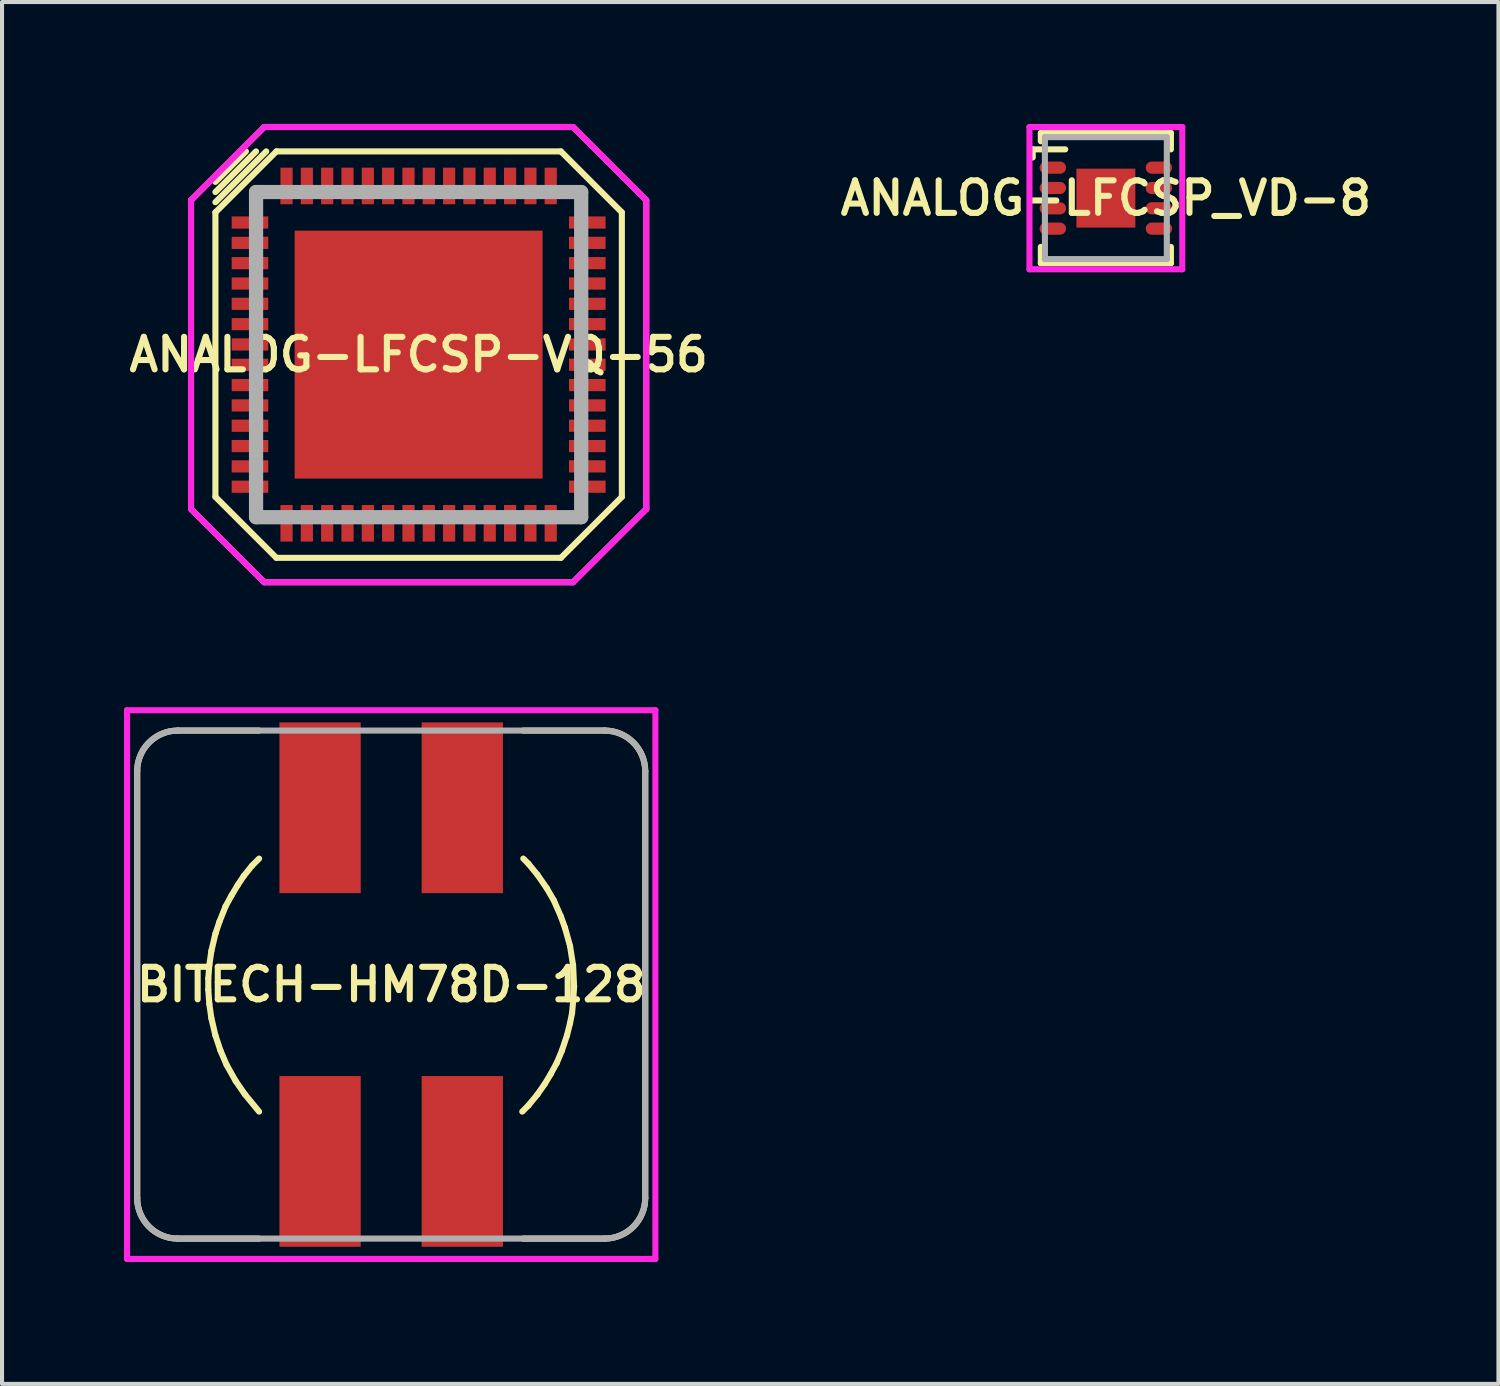
<source format=kicad_pcb>
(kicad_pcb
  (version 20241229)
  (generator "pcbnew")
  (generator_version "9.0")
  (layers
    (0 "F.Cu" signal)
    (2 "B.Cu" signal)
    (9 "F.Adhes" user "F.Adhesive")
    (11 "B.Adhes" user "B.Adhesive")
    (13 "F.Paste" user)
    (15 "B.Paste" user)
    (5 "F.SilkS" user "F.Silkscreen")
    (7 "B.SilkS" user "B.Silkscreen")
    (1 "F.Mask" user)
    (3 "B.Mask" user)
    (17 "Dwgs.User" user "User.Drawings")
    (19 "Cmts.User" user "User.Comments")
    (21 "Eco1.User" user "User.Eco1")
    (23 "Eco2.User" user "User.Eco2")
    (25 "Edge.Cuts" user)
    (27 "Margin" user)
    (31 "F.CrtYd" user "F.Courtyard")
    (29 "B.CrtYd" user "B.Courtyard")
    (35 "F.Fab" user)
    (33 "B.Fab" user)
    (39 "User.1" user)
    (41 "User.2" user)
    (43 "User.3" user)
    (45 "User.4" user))
  (footprint "BITECH-HM78D-128"
    (layer "F.Cu")
    (at 6.575 21.175)
    (property "Reference" "BITECH-HM78D-128" (at 0 0 0) (layer "F.SilkS") (effects (font (size 0.8 0.8) (thickness 0.15))))
    (attr through_hole)
    (fp_line (start -6.25 -5.25) (end -6.25 5.25) (stroke (width 0.15) (type solid)) (layer "F.SilkS"))
    (fp_line (start -5.25 6.25) (end -3.25 6.25) (stroke (width 0.15) (type solid)) (layer "F.SilkS"))
    (fp_line (start -4.5 -0.15) (end -4.5 0.125) (stroke (width 0.15) (type solid)) (layer "F.SilkS"))
    (fp_line (start -4.5 0.125) (end -4.475 0.475) (stroke (width 0.15) (type solid)) (layer "F.SilkS"))
    (fp_line (start -4.475 -0.475) (end -4.5 -0.15) (stroke (width 0.15) (type solid)) (layer "F.SilkS"))
    (fp_line (start -4.475 0.475) (end -4.425 0.825) (stroke (width 0.15) (type solid)) (layer "F.SilkS"))
    (fp_line (start -4.425 -0.825) (end -4.475 -0.475) (stroke (width 0.15) (type solid)) (layer "F.SilkS"))
    (fp_line (start -4.425 0.825) (end -4.325 1.25) (stroke (width 0.15) (type solid)) (layer "F.SilkS"))
    (fp_line (start -4.325 -1.25) (end -4.425 -0.825) (stroke (width 0.15) (type solid)) (layer "F.SilkS"))
    (fp_line (start -4.325 1.25) (end -4.2 1.625) (stroke (width 0.15) (type solid)) (layer "F.SilkS"))
    (fp_line (start -4.225 -1.55) (end -4.325 -1.25) (stroke (width 0.15) (type solid)) (layer "F.SilkS"))
    (fp_line (start -4.2 1.625) (end -4.05 1.975) (stroke (width 0.15) (type solid)) (layer "F.SilkS"))
    (fp_line (start -4.075 -1.925) (end -4.225 -1.55) (stroke (width 0.15) (type solid)) (layer "F.SilkS"))
    (fp_line (start -4.05 1.975) (end -3.825 2.375) (stroke (width 0.15) (type solid)) (layer "F.SilkS"))
    (fp_line (start -3.925 -2.2) (end -4.075 -1.925) (stroke (width 0.15) (type solid)) (layer "F.SilkS"))
    (fp_line (start -3.825 2.375) (end -3.6 2.7) (stroke (width 0.15) (type solid)) (layer "F.SilkS"))
    (fp_line (start -3.775 -2.45) (end -3.925 -2.2) (stroke (width 0.15) (type solid)) (layer "F.SilkS"))
    (fp_line (start -3.625 -2.675) (end -3.775 -2.45) (stroke (width 0.15) (type solid)) (layer "F.SilkS"))
    (fp_line (start -3.6 2.7) (end -3.25 3.125) (stroke (width 0.15) (type solid)) (layer "F.SilkS"))
    (fp_line (start -3.425 -2.925) (end -3.625 -2.675) (stroke (width 0.15) (type solid)) (layer "F.SilkS"))
    (fp_line (start -3.25 -6.25) (end -5.25 -6.25) (stroke (width 0.15) (type solid)) (layer "F.SilkS"))
    (fp_line (start -3.25 -3.1) (end -3.425 -2.925) (stroke (width 0.15) (type solid)) (layer "F.SilkS"))
    (fp_line (start 3.225 3.125) (end 3.375 2.975) (stroke (width 0.15) (type solid)) (layer "F.SilkS"))
    (fp_line (start 3.25 6.25) (end 5.25 6.25) (stroke (width 0.15) (type solid)) (layer "F.SilkS"))
    (fp_line (start 3.375 -2.975) (end 3.25 -3.1) (stroke (width 0.15) (type solid)) (layer "F.SilkS"))
    (fp_line (start 3.375 2.975) (end 3.6 2.7) (stroke (width 0.15) (type solid)) (layer "F.SilkS"))
    (fp_line (start 3.6 -2.7) (end 3.375 -2.975) (stroke (width 0.15) (type solid)) (layer "F.SilkS"))
    (fp_line (start 3.6 2.7) (end 3.775 2.45) (stroke (width 0.15) (type solid)) (layer "F.SilkS"))
    (fp_line (start 3.775 2.45) (end 3.925 2.2) (stroke (width 0.15) (type solid)) (layer "F.SilkS"))
    (fp_line (start 3.825 -2.375) (end 3.6 -2.7) (stroke (width 0.15) (type solid)) (layer "F.SilkS"))
    (fp_line (start 3.925 2.2) (end 4.075 1.925) (stroke (width 0.15) (type solid)) (layer "F.SilkS"))
    (fp_line (start 4 -2.075) (end 3.825 -2.375) (stroke (width 0.15) (type solid)) (layer "F.SilkS"))
    (fp_line (start 4.075 1.925) (end 4.2 1.625) (stroke (width 0.15) (type solid)) (layer "F.SilkS"))
    (fp_line (start 4.175 -1.675) (end 4 -2.075) (stroke (width 0.15) (type solid)) (layer "F.SilkS"))
    (fp_line (start 4.2 1.625) (end 4.325 1.25) (stroke (width 0.15) (type solid)) (layer "F.SilkS"))
    (fp_line (start 4.275 -1.4) (end 4.175 -1.675) (stroke (width 0.15) (type solid)) (layer "F.SilkS"))
    (fp_line (start 4.325 1.25) (end 4.4 0.95) (stroke (width 0.15) (type solid)) (layer "F.SilkS"))
    (fp_line (start 4.4 -0.95) (end 4.275 -1.4) (stroke (width 0.15) (type solid)) (layer "F.SilkS"))
    (fp_line (start 4.4 0.95) (end 4.45 0.7) (stroke (width 0.15) (type solid)) (layer "F.SilkS"))
    (fp_line (start 4.45 0.7) (end 4.475 0.425) (stroke (width 0.15) (type solid)) (layer "F.SilkS"))
    (fp_line (start 4.475 -0.475) (end 4.4 -0.95) (stroke (width 0.15) (type solid)) (layer "F.SilkS"))
    (fp_line (start 4.475 0.425) (end 4.5 0.05) (stroke (width 0.15) (type solid)) (layer "F.SilkS"))
    (fp_line (start 4.5 0.05) (end 4.475 -0.475) (stroke (width 0.15) (type solid)) (layer "F.SilkS"))
    (fp_line (start 5.25 -6.25) (end 3.25 -6.25) (stroke (width 0.15) (type solid)) (layer "F.SilkS"))
    (fp_line (start 6.25 5.25) (end 6.25 -5.25) (stroke (width 0.15) (type solid)) (layer "F.SilkS"))
    (fp_arc (start -6.25 -5.25) (mid -5.957107 -5.957107) (end -5.25 -6.25) (stroke (width 0.15) (type solid)) (layer "F.SilkS"))
    (fp_arc (start -5.25 6.25) (mid -5.957107 5.957107) (end -6.25 5.25) (stroke (width 0.15) (type solid)) (layer "F.SilkS"))
    (fp_arc (start 5.25 -6.25) (mid 5.957107 -5.957107) (end 6.25 -5.25) (stroke (width 0.15) (type solid)) (layer "F.SilkS"))
    (fp_arc (start 6.25 5.25) (mid 5.957107 5.957107) (end 5.25 6.25) (stroke (width 0.15) (type solid)) (layer "F.SilkS"))
    (fp_line (start -6.5 -6.75) (end 6.5 -6.75) (stroke (width 0.15) (type solid)) (layer "F.CrtYd"))
    (fp_line (start -6.5 6.75) (end -6.5 -6.75) (stroke (width 0.15) (type solid)) (layer "F.CrtYd"))
    (fp_line (start 6.5 -6.75) (end 6.5 6.75) (stroke (width 0.15) (type solid)) (layer "F.CrtYd"))
    (fp_line (start 6.5 6.75) (end -6.5 6.75) (stroke (width 0.15) (type solid)) (layer "F.CrtYd"))
    (fp_line (start -6.25 -5.25) (end -6.25 5.25) (stroke (width 0.15) (type solid)) (layer "F.Fab"))
    (fp_line (start -5.25 6.25) (end 5.25 6.25) (stroke (width 0.15) (type solid)) (layer "F.Fab"))
    (fp_line (start 5.25 -6.25) (end -5.25 -6.25) (stroke (width 0.15) (type solid)) (layer "F.Fab"))
    (fp_line (start 6.25 5.25) (end 6.25 -5.25) (stroke (width 0.15) (type solid)) (layer "F.Fab"))
    (fp_arc (start -6.25 -5.25) (mid -5.957107 -5.957107) (end -5.25 -6.25) (stroke (width 0.15) (type solid)) (layer "F.Fab"))
    (fp_arc (start -5.25 6.25) (mid -5.957107 5.957107) (end -6.25 5.25) (stroke (width 0.15) (type solid)) (layer "F.Fab"))
    (fp_arc (start 5.25 -6.25) (mid 5.957107 -5.957107) (end 6.25 -5.25) (stroke (width 0.15) (type solid)) (layer "F.Fab"))
    (fp_arc (start 6.25 5.25) (mid 5.957107 5.957107) (end 5.25 6.25) (stroke (width 0.15) (type solid)) (layer "F.Fab"))
    (pad "1" smd rect (at 1.75 4.35) (size 2 4.2) (layers "F.Cu" "F.Mask" "F.Paste"))
    (pad "2" smd rect (at -1.75 4.35) (size 2 4.2) (layers "F.Cu" "F.Mask" "F.Paste"))
    (pad "3" smd rect (at -1.75 -4.35) (size 2 4.2) (layers "F.Cu" "F.Mask" "F.Paste"))
    (pad "4" smd rect (at 1.75 -4.35) (size 2 4.2) (layers "F.Cu" "F.Mask" "F.Paste")))
  (footprint "ANALOG-LFCSP_VD-8"
    (layer "F.Cu")
    (at 24.159 1.825)
    (property "Reference" "ANALOG-LFCSP_VD-8" (at 0 0 0) (layer "F.SilkS") (effects (font (size 0.8 0.8) (thickness 0.15))))
    (attr through_hole)
    (fp_line (start -1.8 -1.2) (end -1 -1.2) (stroke (width 0.15) (type solid)) (layer "F.SilkS"))
    (fp_line (start -1.8 -1) (end -1.8 -1.2) (stroke (width 0.15) (type solid)) (layer "F.SilkS"))
    (fp_line (start -1.6 -1.6) (end 1.6 -1.6) (stroke (width 0.15) (type solid)) (layer "F.SilkS"))
    (fp_line (start -1.6 -1.4) (end -1.6 -1.6) (stroke (width 0.15) (type solid)) (layer "F.SilkS"))
    (fp_line (start -1.6 1.6) (end -1.6 1.2) (stroke (width 0.15) (type solid)) (layer "F.SilkS"))
    (fp_line (start 1.6 -1.6) (end 1.6 -1.2) (stroke (width 0.15) (type solid)) (layer "F.SilkS"))
    (fp_line (start 1.6 1.2) (end 1.6 1.6) (stroke (width 0.15) (type solid)) (layer "F.SilkS"))
    (fp_line (start 1.6 1.6) (end -1.6 1.6) (stroke (width 0.15) (type solid)) (layer "F.SilkS"))
    (fp_line (start -1.88 -1.75) (end 1.88 -1.75) (stroke (width 0.15) (type solid)) (layer "F.CrtYd"))
    (fp_line (start -1.88 1.75) (end -1.88 -1.75) (stroke (width 0.15) (type solid)) (layer "F.CrtYd"))
    (fp_line (start 1.88 -1.75) (end 1.88 1.75) (stroke (width 0.15) (type solid)) (layer "F.CrtYd"))
    (fp_line (start 1.88 1.75) (end -1.88 1.75) (stroke (width 0.15) (type solid)) (layer "F.CrtYd"))
    (fp_line (start -1.5 -1.5) (end 1.5 -1.5) (stroke (width 0.15) (type solid)) (layer "F.Fab"))
    (fp_line (start -1.5 1.5) (end -1.5 -1.5) (stroke (width 0.15) (type solid)) (layer "F.Fab"))
    (fp_line (start 1.5 -1.5) (end 1.5 1.5) (stroke (width 0.15) (type solid)) (layer "F.Fab"))
    (fp_line (start 1.5 1.5) (end -1.5 1.5) (stroke (width 0.15) (type solid)) (layer "F.Fab"))
    (pad "1" smd oval (at -1.305 -0.75) (size 0.65 0.3) (layers "F.Cu" "F.Mask" "F.Paste"))
    (pad "2" smd oval (at -1.305 -0.25) (size 0.65 0.3) (layers "F.Cu" "F.Mask" "F.Paste"))
    (pad "3" smd oval (at -1.305 0.25) (size 0.65 0.3) (layers "F.Cu" "F.Mask" "F.Paste"))
    (pad "4" smd oval (at -1.305 0.75) (size 0.65 0.3) (layers "F.Cu" "F.Mask" "F.Paste"))
    (pad "5" smd oval (at 1.305 0.75) (size 0.65 0.3) (layers "F.Cu" "F.Mask" "F.Paste"))
    (pad "6" smd oval (at 1.305 0.25) (size 0.65 0.3) (layers "F.Cu" "F.Mask" "F.Paste"))
    (pad "7" smd oval (at 1.305 -0.25) (size 0.65 0.3) (layers "F.Cu" "F.Mask" "F.Paste"))
    (pad "8" smd oval (at 1.305 -0.75) (size 0.65 0.3) (layers "F.Cu" "F.Mask" "F.Paste"))
    (pad "9" smd rect (at 0 0) (size 1.45 1.45) (layers "F.Cu" "F.Mask" "F.Paste")))
  (footprint "ANALOG-LFCSP-VQ-56"
    (layer "F.Cu")
    (at 7.25 5.675)
    (property "Reference" "ANALOG-LFCSP-VQ-56" (at 0 0 0) (layer "F.SilkS") (effects (font (size 0.8 0.8) (thickness 0.15))))
    (attr through_hole)
    (fp_line (start -5 -4.25) (end -4.25 -5) (stroke (width 0.15) (type solid)) (layer "F.SilkS"))
    (fp_line (start -5 -3.75) (end -3.75 -5) (stroke (width 0.15) (type solid)) (layer "F.SilkS"))
    (fp_line (start -5 -3.5) (end -5 3.5) (stroke (width 0.15) (type solid)) (layer "F.SilkS"))
    (fp_line (start -5 3.5) (end -3.5 5) (stroke (width 0.15) (type solid)) (layer "F.SilkS"))
    (fp_line (start -4 -5) (end -5 -4) (stroke (width 0.15) (type solid)) (layer "F.SilkS"))
    (fp_line (start -3.5 -5) (end -5 -3.5) (stroke (width 0.15) (type solid)) (layer "F.SilkS"))
    (fp_line (start -3.5 5) (end 3.5 5) (stroke (width 0.15) (type solid)) (layer "F.SilkS"))
    (fp_line (start 3.5 -5) (end -3.5 -5) (stroke (width 0.15) (type solid)) (layer "F.SilkS"))
    (fp_line (start 3.5 5) (end 5 3.5) (stroke (width 0.15) (type solid)) (layer "F.SilkS"))
    (fp_line (start 5 -3.5) (end 3.5 -5) (stroke (width 0.15) (type solid)) (layer "F.SilkS"))
    (fp_line (start 5 3.5) (end 5 -3.5) (stroke (width 0.15) (type solid)) (layer "F.SilkS"))
    (fp_line (start -5.6 -3.8) (end -5.6 3.8) (stroke (width 0.15) (type solid)) (layer "F.CrtYd"))
    (fp_line (start -5.6 3.8) (end -3.8 5.6) (stroke (width 0.15) (type solid)) (layer "F.CrtYd"))
    (fp_line (start -3.8 -5.6) (end -5.6 -3.8) (stroke (width 0.15) (type solid)) (layer "F.CrtYd"))
    (fp_line (start -3.8 5.6) (end 3.8 5.6) (stroke (width 0.15) (type solid)) (layer "F.CrtYd"))
    (fp_line (start 3.8 -5.6) (end -3.8 -5.6) (stroke (width 0.15) (type solid)) (layer "F.CrtYd"))
    (fp_line (start 3.8 5.6) (end 5.6 3.8) (stroke (width 0.15) (type solid)) (layer "F.CrtYd"))
    (fp_line (start 5.6 -3.8) (end 3.8 -5.6) (stroke (width 0.15) (type solid)) (layer "F.CrtYd"))
    (fp_line (start 5.6 3.8) (end 5.6 -3.8) (stroke (width 0.15) (type solid)) (layer "F.CrtYd"))
    (fp_line (start -5.6 -3.8) (end -5.6 3.8) (stroke (width 0.15) (type solid)) (layer "F.Fab"))
    (fp_line (start -5.6 3.8) (end -3.8 5.6) (stroke (width 0.15) (type solid)) (layer "F.Fab"))
    (fp_line (start -4 -4) (end 4 -4) (stroke (width 0.35) (type solid)) (layer "F.Fab"))
    (fp_line (start -4 4) (end -4 -4) (stroke (width 0.35) (type solid)) (layer "F.Fab"))
    (fp_line (start -3.8 -5.6) (end -5.6 -3.8) (stroke (width 0.15) (type solid)) (layer "F.Fab"))
    (fp_line (start -3.8 5.6) (end 3.8 5.6) (stroke (width 0.15) (type solid)) (layer "F.Fab"))
    (fp_line (start 3.8 -5.6) (end -3.8 -5.6) (stroke (width 0.15) (type solid)) (layer "F.Fab"))
    (fp_line (start 3.8 5.6) (end 5.6 3.8) (stroke (width 0.15) (type solid)) (layer "F.Fab"))
    (fp_line (start 4 -4) (end 4 4) (stroke (width 0.35) (type solid)) (layer "F.Fab"))
    (fp_line (start 4 4) (end -4 4) (stroke (width 0.35) (type solid)) (layer "F.Fab"))
    (fp_line (start 5.6 -3.8) (end 3.8 -5.6) (stroke (width 0.15) (type solid)) (layer "F.Fab"))
    (fp_line (start 5.6 3.8) (end 5.6 -3.8) (stroke (width 0.15) (type solid)) (layer "F.Fab"))
    (pad "" smd rect (at -2 -2) (size 1.5 1.5) (layers "F.Paste"))
    (pad "" smd rect (at -2 0) (size 1.5 1.5) (layers "F.Paste"))
    (pad "" smd rect (at -2 2) (size 1.5 1.5) (layers "F.Paste"))
    (pad "" smd rect (at 0 -2) (size 1.5 1.5) (layers "F.Paste"))
    (pad "" smd rect (at 0 0) (size 1.5 1.5) (layers "F.Paste"))
    (pad "" smd rect (at 0 2) (size 1.5 1.5) (layers "F.Paste"))
    (pad "" smd rect (at 2 -2) (size 1.5 1.5) (layers "F.Paste"))
    (pad "" smd rect (at 2 0) (size 1.5 1.5) (layers "F.Paste"))
    (pad "" smd rect (at 2 2) (size 1.5 1.5) (layers "F.Paste"))
    (pad "1" smd rect (at -4.15 -3.25) (size 0.9 0.3) (layers "F.Cu" "F.Mask" "F.Paste"))
    (pad "2" smd rect (at -4.15 -2.75) (size 0.9 0.3) (layers "F.Cu" "F.Mask" "F.Paste"))
    (pad "3" smd rect (at -4.15 -2.25) (size 0.9 0.3) (layers "F.Cu" "F.Mask" "F.Paste"))
    (pad "4" smd rect (at -4.15 -1.75) (size 0.9 0.3) (layers "F.Cu" "F.Mask" "F.Paste"))
    (pad "5" smd rect (at -4.15 -1.25) (size 0.9 0.3) (layers "F.Cu" "F.Mask" "F.Paste"))
    (pad "6" smd rect (at -4.15 -0.75) (size 0.9 0.3) (layers "F.Cu" "F.Mask" "F.Paste"))
    (pad "7" smd rect (at -4.15 -0.25) (size 0.9 0.3) (layers "F.Cu" "F.Mask" "F.Paste"))
    (pad "8" smd rect (at -4.15 0.25) (size 0.9 0.3) (layers "F.Cu" "F.Mask" "F.Paste"))
    (pad "9" smd rect (at -4.15 0.75) (size 0.9 0.3) (layers "F.Cu" "F.Mask" "F.Paste"))
    (pad "10" smd rect (at -4.15 1.25) (size 0.9 0.3) (layers "F.Cu" "F.Mask" "F.Paste"))
    (pad "11" smd rect (at -4.15 1.75) (size 0.9 0.3) (layers "F.Cu" "F.Mask" "F.Paste"))
    (pad "12" smd rect (at -4.15 2.25) (size 0.9 0.3) (layers "F.Cu" "F.Mask" "F.Paste"))
    (pad "13" smd rect (at -4.15 2.75) (size 0.9 0.3) (layers "F.Cu" "F.Mask" "F.Paste"))
    (pad "14" smd rect (at -4.15 3.25) (size 0.9 0.3) (layers "F.Cu" "F.Mask" "F.Paste"))
    (pad "15" smd rect (at -3.25 4.15) (size 0.3 0.9) (layers "F.Cu" "F.Mask" "F.Paste"))
    (pad "16" smd rect (at -2.75 4.15) (size 0.3 0.9) (layers "F.Cu" "F.Mask" "F.Paste"))
    (pad "17" smd rect (at -2.25 4.15) (size 0.3 0.9) (layers "F.Cu" "F.Mask" "F.Paste"))
    (pad "18" smd rect (at -1.75 4.15) (size 0.3 0.9) (layers "F.Cu" "F.Mask" "F.Paste"))
    (pad "19" smd rect (at -1.25 4.15) (size 0.3 0.9) (layers "F.Cu" "F.Mask" "F.Paste"))
    (pad "20" smd rect (at -0.75 4.15) (size 0.3 0.9) (layers "F.Cu" "F.Mask" "F.Paste"))
    (pad "21" smd rect (at -0.25 4.15) (size 0.3 0.9) (layers "F.Cu" "F.Mask" "F.Paste"))
    (pad "22" smd rect (at 0.25 4.15) (size 0.3 0.9) (layers "F.Cu" "F.Mask" "F.Paste"))
    (pad "23" smd rect (at 0.75 4.15) (size 0.3 0.9) (layers "F.Cu" "F.Mask" "F.Paste"))
    (pad "24" smd rect (at 1.25 4.15) (size 0.3 0.9) (layers "F.Cu" "F.Mask" "F.Paste"))
    (pad "25" smd rect (at 1.75 4.15) (size 0.3 0.9) (layers "F.Cu" "F.Mask" "F.Paste"))
    (pad "26" smd rect (at 2.25 4.15) (size 0.3 0.9) (layers "F.Cu" "F.Mask" "F.Paste"))
    (pad "27" smd rect (at 2.75 4.15) (size 0.3 0.9) (layers "F.Cu" "F.Mask" "F.Paste"))
    (pad "28" smd rect (at 3.25 4.15) (size 0.3 0.9) (layers "F.Cu" "F.Mask" "F.Paste"))
    (pad "29" smd rect (at 4.15 3.25) (size 0.9 0.3) (layers "F.Cu" "F.Mask" "F.Paste"))
    (pad "30" smd rect (at 4.15 2.75) (size 0.9 0.3) (layers "F.Cu" "F.Mask" "F.Paste"))
    (pad "31" smd rect (at 4.15 2.25) (size 0.9 0.3) (layers "F.Cu" "F.Mask" "F.Paste"))
    (pad "32" smd rect (at 4.15 1.75) (size 0.9 0.3) (layers "F.Cu" "F.Mask" "F.Paste"))
    (pad "33" smd rect (at 4.15 1.25) (size 0.9 0.3) (layers "F.Cu" "F.Mask" "F.Paste"))
    (pad "34" smd rect (at 4.15 0.75) (size 0.9 0.3) (layers "F.Cu" "F.Mask" "F.Paste"))
    (pad "35" smd rect (at 4.15 0.25) (size 0.9 0.3) (layers "F.Cu" "F.Mask" "F.Paste"))
    (pad "36" smd rect (at 4.15 -0.25) (size 0.9 0.3) (layers "F.Cu" "F.Mask" "F.Paste"))
    (pad "37" smd rect (at 4.15 -0.75) (size 0.9 0.3) (layers "F.Cu" "F.Mask" "F.Paste"))
    (pad "38" smd rect (at 4.15 -1.25) (size 0.9 0.3) (layers "F.Cu" "F.Mask" "F.Paste"))
    (pad "39" smd rect (at 4.15 -1.75) (size 0.9 0.3) (layers "F.Cu" "F.Mask" "F.Paste"))
    (pad "40" smd rect (at 4.15 -2.25) (size 0.9 0.3) (layers "F.Cu" "F.Mask" "F.Paste"))
    (pad "41" smd rect (at 4.15 -2.75) (size 0.9 0.3) (layers "F.Cu" "F.Mask" "F.Paste"))
    (pad "42" smd rect (at 4.15 -3.25) (size 0.9 0.3) (layers "F.Cu" "F.Mask" "F.Paste"))
    (pad "43" smd rect (at 3.25 -4.15) (size 0.3 0.9) (layers "F.Cu" "F.Mask" "F.Paste"))
    (pad "44" smd rect (at 2.75 -4.15) (size 0.3 0.9) (layers "F.Cu" "F.Mask" "F.Paste"))
    (pad "45" smd rect (at 2.25 -4.15) (size 0.3 0.9) (layers "F.Cu" "F.Mask" "F.Paste"))
    (pad "46" smd rect (at 1.75 -4.15) (size 0.3 0.9) (layers "F.Cu" "F.Mask" "F.Paste"))
    (pad "47" smd rect (at 1.25 -4.15) (size 0.3 0.9) (layers "F.Cu" "F.Mask" "F.Paste"))
    (pad "48" smd rect (at 0.75 -4.15) (size 0.3 0.9) (layers "F.Cu" "F.Mask" "F.Paste"))
    (pad "49" smd rect (at 0.25 -4.15) (size 0.3 0.9) (layers "F.Cu" "F.Mask" "F.Paste"))
    (pad "50" smd rect (at -0.25 -4.15) (size 0.3 0.9) (layers "F.Cu" "F.Mask" "F.Paste"))
    (pad "51" smd rect (at -0.75 -4.15) (size 0.3 0.9) (layers "F.Cu" "F.Mask" "F.Paste"))
    (pad "52" smd rect (at -1.25 -4.15) (size 0.3 0.9) (layers "F.Cu" "F.Mask" "F.Paste"))
    (pad "53" smd rect (at -1.75 -4.15) (size 0.3 0.9) (layers "F.Cu" "F.Mask" "F.Paste"))
    (pad "54" smd rect (at -2.25 -4.15) (size 0.3 0.9) (layers "F.Cu" "F.Mask" "F.Paste"))
    (pad "55" smd rect (at -2.75 -4.15) (size 0.3 0.9) (layers "F.Cu" "F.Mask" "F.Paste"))
    (pad "56" smd rect (at -3.25 -4.15) (size 0.3 0.9) (layers "F.Cu" "F.Mask" "F.Paste"))
    (pad "57" smd rect (at 0 0) (size 6.1 6.1) (layers "F.Cu" "F.Mask")))
  (gr_rect
    (start -3 -3)
    (end 33.818 31)
    (stroke (width 0.1) (type default))
    (fill no)
    (layer "Edge.Cuts")))
</source>
